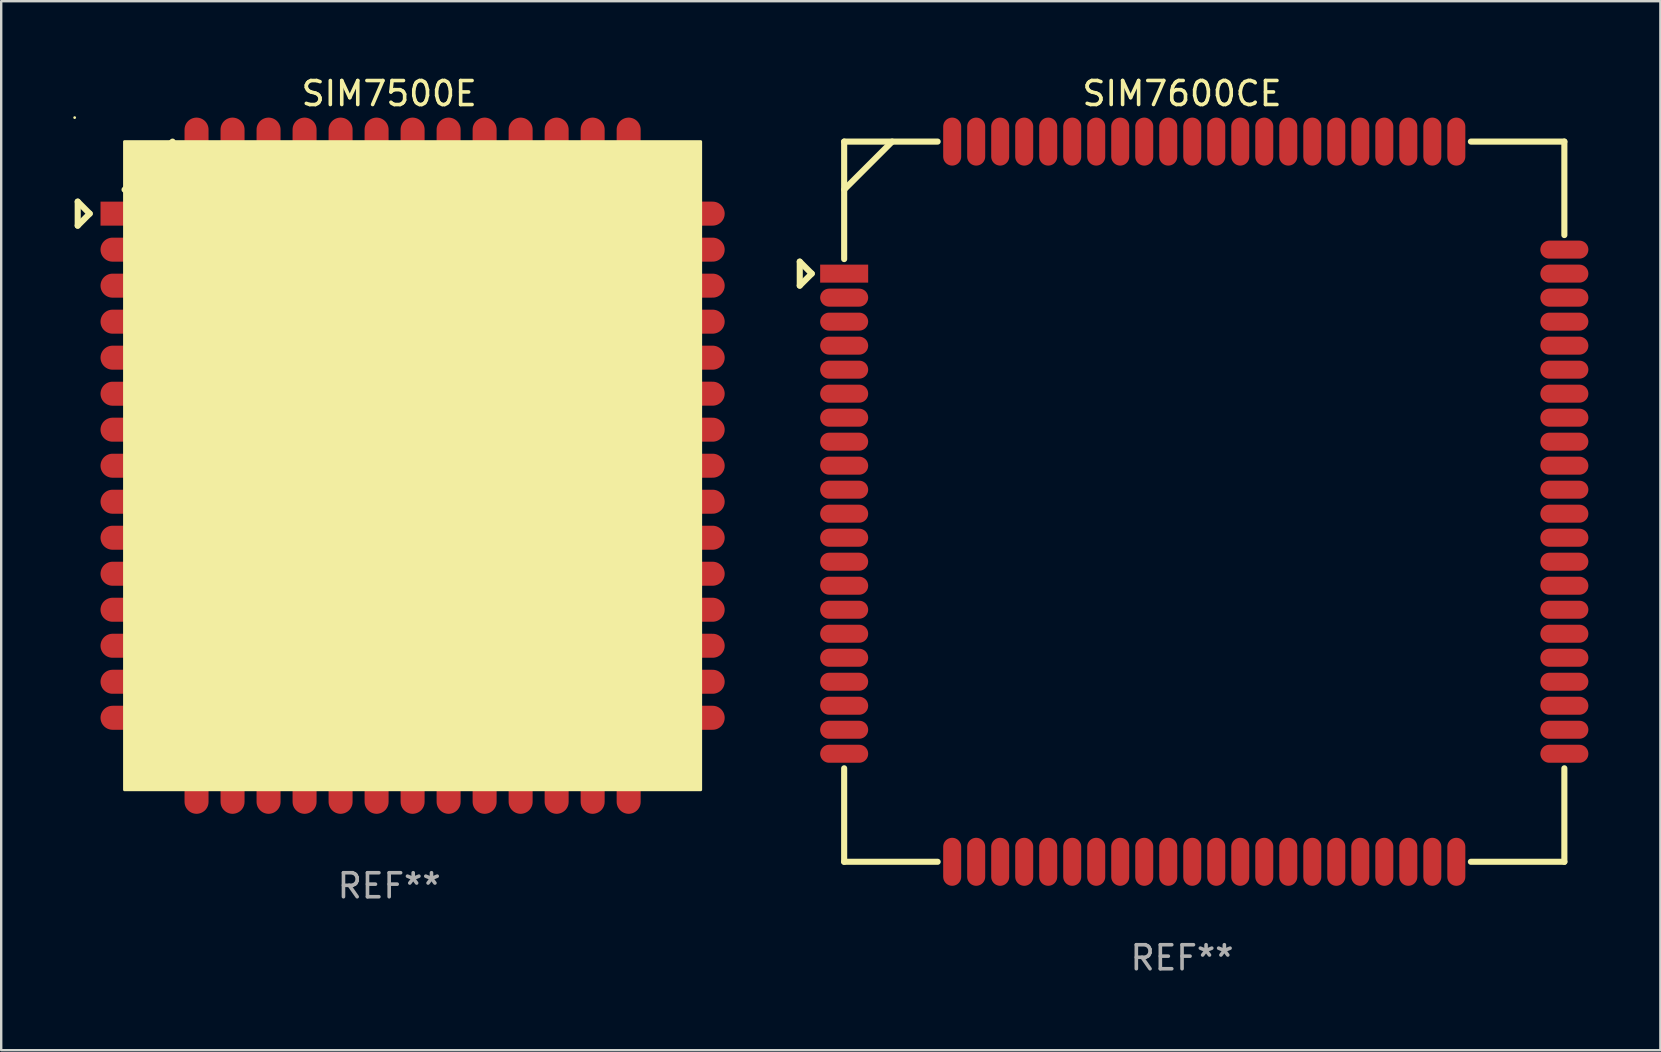
<source format=kicad_pcb>
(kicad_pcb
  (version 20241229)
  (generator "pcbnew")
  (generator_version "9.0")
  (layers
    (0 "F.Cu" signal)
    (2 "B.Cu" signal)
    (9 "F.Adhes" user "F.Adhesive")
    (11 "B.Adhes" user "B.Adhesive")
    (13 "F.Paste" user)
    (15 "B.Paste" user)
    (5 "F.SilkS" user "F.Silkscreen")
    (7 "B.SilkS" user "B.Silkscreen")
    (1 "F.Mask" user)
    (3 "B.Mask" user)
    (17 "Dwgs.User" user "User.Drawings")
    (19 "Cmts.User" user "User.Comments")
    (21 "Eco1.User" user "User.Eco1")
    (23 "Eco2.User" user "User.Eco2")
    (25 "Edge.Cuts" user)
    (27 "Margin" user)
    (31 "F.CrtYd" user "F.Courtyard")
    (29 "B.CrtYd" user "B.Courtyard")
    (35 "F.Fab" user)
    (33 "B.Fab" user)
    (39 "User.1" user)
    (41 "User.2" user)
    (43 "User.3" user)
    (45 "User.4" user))
  (footprint "SIM7600CE"
    (layer "F.Cu")
    (at 46.189 17.848)
    (property "Reference" "SIM7600CE" (at 0 -17 0) (layer "F.SilkS") (effects (font (size 1 1) (thickness 0.15))))
    (attr through_hole)
    (fp_line (start -15.925 -10) (end -15.925 -9) (stroke (width 0.254) (type solid)) (layer "F.SilkS"))
    (fp_line (start -15.925 -9) (end -15.425 -9.5) (stroke (width 0.254) (type solid)) (layer "F.SilkS"))
    (fp_line (start -15.425 -9.5) (end -15.925 -10) (stroke (width 0.254) (type solid)) (layer "F.SilkS"))
    (fp_line (start -14.075 -15) (end -10.181 -15) (stroke (width 0.254) (type solid)) (layer "F.SilkS"))
    (fp_line (start -14.075 -10.106) (end -14.075 -15) (stroke (width 0.254) (type solid)) (layer "F.SilkS"))
    (fp_line (start -14.075 15) (end -14.075 11.106) (stroke (width 0.254) (type solid)) (layer "F.SilkS"))
    (fp_line (start -12.075 -15) (end -14.075 -13) (stroke (width 0.254) (type solid)) (layer "F.SilkS"))
    (fp_line (start -10.181 15) (end -14.075 15) (stroke (width 0.254) (type solid)) (layer "F.SilkS"))
    (fp_line (start 12.031 -15) (end 15.925 -15) (stroke (width 0.254) (type solid)) (layer "F.SilkS"))
    (fp_line (start 15.925 -15) (end 15.925 -11.106) (stroke (width 0.254) (type solid)) (layer "F.SilkS"))
    (fp_line (start 15.925 11.106) (end 15.925 15) (stroke (width 0.254) (type solid)) (layer "F.SilkS"))
    (fp_line (start 15.925 15) (end 12.031 15) (stroke (width 0.254) (type solid)) (layer "F.SilkS"))
    (fp_circle (center -14.075 -15) (end -14.045 -15) (stroke (width 0.06) (type solid)) (fill no) (layer "F.SilkS"))
    (fp_text user "REF**" (at 0 19 0) (layer "F.Fab") (effects (font (size 1 1) (thickness 0.15))))
    (pad "1" smd rect (at -14.075 -9.5) (size 2 0.75) (layers "F.Cu" "F.Mask" "F.Paste"))
    (pad "2" smd oval (at -14.075 -8.5) (size 2 0.75) (layers "F.Cu" "F.Mask" "F.Paste"))
    (pad "3" smd oval (at -14.075 -7.5) (size 2 0.75) (layers "F.Cu" "F.Mask" "F.Paste"))
    (pad "4" smd oval (at -14.075 -6.5) (size 2 0.75) (layers "F.Cu" "F.Mask" "F.Paste"))
    (pad "5" smd oval (at -14.075 -5.5) (size 2 0.75) (layers "F.Cu" "F.Mask" "F.Paste"))
    (pad "6" smd oval (at -14.075 -4.5) (size 2 0.75) (layers "F.Cu" "F.Mask" "F.Paste"))
    (pad "7" smd oval (at -14.075 -3.5) (size 2 0.75) (layers "F.Cu" "F.Mask" "F.Paste"))
    (pad "8" smd oval (at -14.075 -2.5) (size 2 0.75) (layers "F.Cu" "F.Mask" "F.Paste"))
    (pad "9" smd oval (at -14.075 -1.5) (size 2 0.75) (layers "F.Cu" "F.Mask" "F.Paste"))
    (pad "10" smd oval (at -14.075 -0.5) (size 2 0.75) (layers "F.Cu" "F.Mask" "F.Paste"))
    (pad "11" smd oval (at -14.075 0.5) (size 2 0.75) (layers "F.Cu" "F.Mask" "F.Paste"))
    (pad "12" smd oval (at -14.075 1.5) (size 2 0.75) (layers "F.Cu" "F.Mask" "F.Paste"))
    (pad "13" smd oval (at -14.075 2.5) (size 2 0.75) (layers "F.Cu" "F.Mask" "F.Paste"))
    (pad "14" smd oval (at -14.075 3.5) (size 2 0.75) (layers "F.Cu" "F.Mask" "F.Paste"))
    (pad "15" smd oval (at -14.075 4.5) (size 2 0.75) (layers "F.Cu" "F.Mask" "F.Paste"))
    (pad "16" smd oval (at -14.075 5.5) (size 2 0.75) (layers "F.Cu" "F.Mask" "F.Paste"))
    (pad "17" smd oval (at -14.075 6.5) (size 2 0.75) (layers "F.Cu" "F.Mask" "F.Paste"))
    (pad "18" smd oval (at -14.075 7.5) (size 2 0.75) (layers "F.Cu" "F.Mask" "F.Paste"))
    (pad "19" smd oval (at -14.075 8.5) (size 2 0.75) (layers "F.Cu" "F.Mask" "F.Paste"))
    (pad "20" smd oval (at -14.075 9.5) (size 2 0.75) (layers "F.Cu" "F.Mask" "F.Paste"))
    (pad "21" smd oval (at -8.575 15 90) (size 2 0.75) (layers "F.Cu" "F.Mask" "F.Paste"))
    (pad "22" smd oval (at -7.575 15 90) (size 2 0.75) (layers "F.Cu" "F.Mask" "F.Paste"))
    (pad "23" smd oval (at -6.575 15 90) (size 2 0.75) (layers "F.Cu" "F.Mask" "F.Paste"))
    (pad "24" smd oval (at -5.575 15 90) (size 2 0.75) (layers "F.Cu" "F.Mask" "F.Paste"))
    (pad "25" smd oval (at -4.575 15 90) (size 2 0.75) (layers "F.Cu" "F.Mask" "F.Paste"))
    (pad "26" smd oval (at -3.575 15 90) (size 2 0.75) (layers "F.Cu" "F.Mask" "F.Paste"))
    (pad "27" smd oval (at -2.575 15 90) (size 2 0.75) (layers "F.Cu" "F.Mask" "F.Paste"))
    (pad "28" smd oval (at -1.575 15 90) (size 2 0.75) (layers "F.Cu" "F.Mask" "F.Paste"))
    (pad "29" smd oval (at -0.575 15 90) (size 2 0.75) (layers "F.Cu" "F.Mask" "F.Paste"))
    (pad "30" smd oval (at 0.425 15 90) (size 2 0.75) (layers "F.Cu" "F.Mask" "F.Paste"))
    (pad "31" smd oval (at 1.425 15 90) (size 2 0.75) (layers "F.Cu" "F.Mask" "F.Paste"))
    (pad "32" smd oval (at 2.425 15 90) (size 2 0.75) (layers "F.Cu" "F.Mask" "F.Paste"))
    (pad "33" smd oval (at 3.425 15 90) (size 2 0.75) (layers "F.Cu" "F.Mask" "F.Paste"))
    (pad "34" smd oval (at 4.425 15 90) (size 2 0.75) (layers "F.Cu" "F.Mask" "F.Paste"))
    (pad "35" smd oval (at 5.425 15 90) (size 2 0.75) (layers "F.Cu" "F.Mask" "F.Paste"))
    (pad "36" smd oval (at 6.425 15 90) (size 2 0.75) (layers "F.Cu" "F.Mask" "F.Paste"))
    (pad "37" smd oval (at 7.425 15 90) (size 2 0.75) (layers "F.Cu" "F.Mask" "F.Paste"))
    (pad "38" smd oval (at 8.425 15 90) (size 2 0.75) (layers "F.Cu" "F.Mask" "F.Paste"))
    (pad "39" smd oval (at 9.425 15 90) (size 2 0.75) (layers "F.Cu" "F.Mask" "F.Paste"))
    (pad "40" smd oval (at 10.425 15 90) (size 2 0.75) (layers "F.Cu" "F.Mask" "F.Paste"))
    (pad "41" smd oval (at 15.925 9.5 180) (size 2 0.75) (layers "F.Cu" "F.Mask" "F.Paste"))
    (pad "42" smd oval (at 15.925 8.5 180) (size 2 0.75) (layers "F.Cu" "F.Mask" "F.Paste"))
    (pad "43" smd oval (at 15.925 7.5 180) (size 2 0.75) (layers "F.Cu" "F.Mask" "F.Paste"))
    (pad "44" smd oval (at 15.925 6.5 180) (size 2 0.75) (layers "F.Cu" "F.Mask" "F.Paste"))
    (pad "45" smd oval (at 15.925 5.5 180) (size 2 0.75) (layers "F.Cu" "F.Mask" "F.Paste"))
    (pad "46" smd oval (at 15.925 4.5 180) (size 2 0.75) (layers "F.Cu" "F.Mask" "F.Paste"))
    (pad "47" smd oval (at 15.925 3.5 180) (size 2 0.75) (layers "F.Cu" "F.Mask" "F.Paste"))
    (pad "48" smd oval (at 15.925 2.5 180) (size 2 0.75) (layers "F.Cu" "F.Mask" "F.Paste"))
    (pad "49" smd oval (at 15.925 1.5 180) (size 2 0.75) (layers "F.Cu" "F.Mask" "F.Paste"))
    (pad "50" smd oval (at 15.925 0.5 180) (size 2 0.75) (layers "F.Cu" "F.Mask" "F.Paste"))
    (pad "51" smd oval (at 15.925 -0.5 180) (size 2 0.75) (layers "F.Cu" "F.Mask" "F.Paste"))
    (pad "52" smd oval (at 15.925 -1.5 180) (size 2 0.75) (layers "F.Cu" "F.Mask" "F.Paste"))
    (pad "53" smd oval (at 15.925 -2.5 180) (size 2 0.75) (layers "F.Cu" "F.Mask" "F.Paste"))
    (pad "54" smd oval (at 15.925 -3.5 180) (size 2 0.75) (layers "F.Cu" "F.Mask" "F.Paste"))
    (pad "55" smd oval (at 15.925 -4.5 180) (size 2 0.75) (layers "F.Cu" "F.Mask" "F.Paste"))
    (pad "56" smd oval (at 15.925 -5.5 180) (size 2 0.75) (layers "F.Cu" "F.Mask" "F.Paste"))
    (pad "57" smd oval (at 15.925 -6.5 180) (size 2 0.75) (layers "F.Cu" "F.Mask" "F.Paste"))
    (pad "58" smd oval (at 15.925 -7.5 180) (size 2 0.75) (layers "F.Cu" "F.Mask" "F.Paste"))
    (pad "59" smd oval (at 15.925 -8.5 180) (size 2 0.75) (layers "F.Cu" "F.Mask" "F.Paste"))
    (pad "60" smd oval (at 15.925 -9.5 180) (size 2 0.75) (layers "F.Cu" "F.Mask" "F.Paste"))
    (pad "61" smd oval (at 10.425 -15 270) (size 2 0.75) (layers "F.Cu" "F.Mask" "F.Paste"))
    (pad "62" smd oval (at 9.425 -15 270) (size 2 0.75) (layers "F.Cu" "F.Mask" "F.Paste"))
    (pad "63" smd oval (at 8.425 -15 270) (size 2 0.75) (layers "F.Cu" "F.Mask" "F.Paste"))
    (pad "64" smd oval (at 7.425 -15 270) (size 2 0.75) (layers "F.Cu" "F.Mask" "F.Paste"))
    (pad "65" smd oval (at 6.425 -15 270) (size 2 0.75) (layers "F.Cu" "F.Mask" "F.Paste"))
    (pad "66" smd oval (at 5.425 -15 270) (size 2 0.75) (layers "F.Cu" "F.Mask" "F.Paste"))
    (pad "67" smd oval (at 4.425 -15 270) (size 2 0.75) (layers "F.Cu" "F.Mask" "F.Paste"))
    (pad "68" smd oval (at 3.425 -15 270) (size 2 0.75) (layers "F.Cu" "F.Mask" "F.Paste"))
    (pad "69" smd oval (at 2.425 -15 270) (size 2 0.75) (layers "F.Cu" "F.Mask" "F.Paste"))
    (pad "70" smd oval (at 1.425 -15 270) (size 2 0.75) (layers "F.Cu" "F.Mask" "F.Paste"))
    (pad "71" smd oval (at 0.425 -15 270) (size 2 0.75) (layers "F.Cu" "F.Mask" "F.Paste"))
    (pad "72" smd oval (at -0.575 -15 270) (size 2 0.75) (layers "F.Cu" "F.Mask" "F.Paste"))
    (pad "73" smd oval (at -1.575 -15 270) (size 2 0.75) (layers "F.Cu" "F.Mask" "F.Paste"))
    (pad "74" smd oval (at -2.575 -15 270) (size 2 0.75) (layers "F.Cu" "F.Mask" "F.Paste"))
    (pad "75" smd oval (at -3.575 -15 270) (size 2 0.75) (layers "F.Cu" "F.Mask" "F.Paste"))
    (pad "76" smd oval (at -4.575 -15 270) (size 2 0.75) (layers "F.Cu" "F.Mask" "F.Paste"))
    (pad "77" smd oval (at -5.575 -15 270) (size 2 0.75) (layers "F.Cu" "F.Mask" "F.Paste"))
    (pad "78" smd oval (at -6.575 -15 270) (size 2 0.75) (layers "F.Cu" "F.Mask" "F.Paste"))
    (pad "79" smd oval (at -7.575 -15 270) (size 2 0.75) (layers "F.Cu" "F.Mask" "F.Paste"))
    (pad "80" smd oval (at -8.575 -15 270) (size 2 0.75) (layers "F.Cu" "F.Mask" "F.Paste"))
    (pad "81" smd oval (at -14.075 10.5) (size 2 0.75) (layers "F.Cu" "F.Mask" "F.Paste"))
    (pad "82" smd oval (at 15.925 10.5) (size 2 0.75) (layers "F.Cu" "F.Mask" "F.Paste"))
    (pad "83" smd oval (at 11.425 15 90) (size 2 0.75) (layers "F.Cu" "F.Mask" "F.Paste"))
    (pad "84" smd oval (at -9.575 15 90) (size 2 0.75) (layers "F.Cu" "F.Mask" "F.Paste"))
    (pad "85" smd oval (at 15.925 -10.5 180) (size 2 0.75) (layers "F.Cu" "F.Mask" "F.Paste"))
    (pad "86" smd oval (at -9.575 -15 270) (size 2 0.75) (layers "F.Cu" "F.Mask" "F.Paste"))
    (pad "87" smd oval (at 11.425 -15 270) (size 2 0.75) (layers "F.Cu" "F.Mask" "F.Paste")))
  (footprint "SIM7500E"
    (layer "F.Cu")
    (at 13.162 16.349)
    (property "Reference" "SIM7500E" (at 0 -15.5 0) (layer "F.SilkS") (effects (font (size 1 1) (thickness 0.15))))
    (attr through_hole)
    (fp_line (start -12.975 -11) (end -12.975 -9.999) (stroke (width 0.254) (type solid)) (layer "F.SilkS"))
    (fp_line (start -12.975 -9.999) (end -12.475 -10.5) (stroke (width 0.254) (type solid)) (layer "F.SilkS"))
    (fp_line (start -12.475 -10.5) (end -12.975 -11) (stroke (width 0.254) (type solid)) (layer "F.SilkS"))
    (fp_line (start -9.025 -13.5) (end -11.024 -11.499) (stroke (width 0.254) (type solid)) (layer "F.SilkS"))
    (fp_circle (center -13.102 -14.5) (end -13.072 -14.5) (stroke (width 0.06) (type solid)) (fill no) (layer "F.SilkS"))
    (fp_poly (pts (xy -11.025 -13.5) (xy 12.975 -13.5) (xy 12.975 13.5) (xy -11.025 13.5)) (stroke (width 0.12) (type solid)) (fill yes) (layer "F.SilkS"))
    (fp_text user "REF**" (at 0 17.5 0) (layer "F.Fab") (effects (font (size 1 1) (thickness 0.15))))
    (pad "1" smd rect (at -11.025 -10.5) (size 2 1) (layers "F.Cu" "F.Mask" "F.Paste"))
    (pad "2" smd oval (at -11.025 -9) (size 2 1) (layers "F.Cu" "F.Mask" "F.Paste"))
    (pad "3" smd oval (at -11.025 -7.5) (size 2 1) (layers "F.Cu" "F.Mask" "F.Paste"))
    (pad "4" smd oval (at -11.025 -6) (size 2 1) (layers "F.Cu" "F.Mask" "F.Paste"))
    (pad "5" smd oval (at -11.025 -4.5) (size 2 1) (layers "F.Cu" "F.Mask" "F.Paste"))
    (pad "6" smd oval (at -11.025 -2.999) (size 2 1) (layers "F.Cu" "F.Mask" "F.Paste"))
    (pad "7" smd oval (at -11.025 -1.5) (size 2 1) (layers "F.Cu" "F.Mask" "F.Paste"))
    (pad "8" smd oval (at -11.025 0.000279) (size 2 1) (layers "F.Cu" "F.Mask" "F.Paste"))
    (pad "9" smd oval (at -11.025 1.5) (size 2 1) (layers "F.Cu" "F.Mask" "F.Paste"))
    (pad "10" smd oval (at -11.025 3) (size 2 1) (layers "F.Cu" "F.Mask" "F.Paste"))
    (pad "11" smd oval (at -11.025 4.5) (size 2 1) (layers "F.Cu" "F.Mask" "F.Paste"))
    (pad "12" smd oval (at -11.025 6) (size 2 1) (layers "F.Cu" "F.Mask" "F.Paste"))
    (pad "13" smd oval (at -11.025 7.5) (size 2 1) (layers "F.Cu" "F.Mask" "F.Paste"))
    (pad "14" smd oval (at -11.025 9) (size 2 1) (layers "F.Cu" "F.Mask" "F.Paste"))
    (pad "15" smd oval (at -11.025 10.5) (size 2 1) (layers "F.Cu" "F.Mask" "F.Paste"))
    (pad "16" smd oval (at -8.025 13.5 90) (size 2 1) (layers "F.Cu" "F.Mask" "F.Paste"))
    (pad "17" smd oval (at -6.525 13.5 90) (size 2 1) (layers "F.Cu" "F.Mask" "F.Paste"))
    (pad "18" smd oval (at -5.025 13.5 90) (size 2 1) (layers "F.Cu" "F.Mask" "F.Paste"))
    (pad "19" smd oval (at -3.525 13.5 90) (size 2 1) (layers "F.Cu" "F.Mask" "F.Paste"))
    (pad "20" smd oval (at -2.025 13.5 90) (size 2 1) (layers "F.Cu" "F.Mask" "F.Paste"))
    (pad "21" smd oval (at -0.525 13.5 90) (size 2 1) (layers "F.Cu" "F.Mask" "F.Paste"))
    (pad "22" smd oval (at 0.975 13.5 90) (size 2 1) (layers "F.Cu" "F.Mask" "F.Paste"))
    (pad "23" smd oval (at 2.475 13.5 90) (size 2 1) (layers "F.Cu" "F.Mask" "F.Paste"))
    (pad "24" smd oval (at 3.975 13.5 90) (size 2 1) (layers "F.Cu" "F.Mask" "F.Paste"))
    (pad "25" smd oval (at 5.475 13.5 90) (size 2 1) (layers "F.Cu" "F.Mask" "F.Paste"))
    (pad "26" smd oval (at 6.975 13.5 90) (size 2 1) (layers "F.Cu" "F.Mask" "F.Paste"))
    (pad "27" smd oval (at 8.475 13.5 90) (size 2 1) (layers "F.Cu" "F.Mask" "F.Paste"))
    (pad "28" smd oval (at 9.975 13.5 90) (size 2 1) (layers "F.Cu" "F.Mask" "F.Paste"))
    (pad "29" smd oval (at 12.975 10.5 180) (size 2 1) (layers "F.Cu" "F.Mask" "F.Paste"))
    (pad "30" smd oval (at 12.975 9 180) (size 2 1) (layers "F.Cu" "F.Mask" "F.Paste"))
    (pad "31" smd oval (at 12.975 7.5 180) (size 2 1) (layers "F.Cu" "F.Mask" "F.Paste"))
    (pad "32" smd oval (at 12.975 6 180) (size 2 1) (layers "F.Cu" "F.Mask" "F.Paste"))
    (pad "33" smd oval (at 12.975 4.5 180) (size 2 1) (layers "F.Cu" "F.Mask" "F.Paste"))
    (pad "34" smd oval (at 12.975 3 180) (size 2 1) (layers "F.Cu" "F.Mask" "F.Paste"))
    (pad "35" smd oval (at 12.975 1.5 180) (size 2 1) (layers "F.Cu" "F.Mask" "F.Paste"))
    (pad "36" smd oval (at 12.975 0.000279 180) (size 2 1) (layers "F.Cu" "F.Mask" "F.Paste"))
    (pad "37" smd oval (at 12.975 -1.5 180) (size 2 1) (layers "F.Cu" "F.Mask" "F.Paste"))
    (pad "38" smd oval (at 12.975 -3 180) (size 2 1) (layers "F.Cu" "F.Mask" "F.Paste"))
    (pad "39" smd oval (at 12.975 -4.5 180) (size 2 1) (layers "F.Cu" "F.Mask" "F.Paste"))
    (pad "40" smd oval (at 12.975 -6 180) (size 2 1) (layers "F.Cu" "F.Mask" "F.Paste"))
    (pad "41" smd oval (at 12.975 -7.5 180) (size 2 1) (layers "F.Cu" "F.Mask" "F.Paste"))
    (pad "42" smd oval (at 12.975 -9 180) (size 2 1) (layers "F.Cu" "F.Mask" "F.Paste"))
    (pad "43" smd oval (at 12.975 -10.5 180) (size 2 1) (layers "F.Cu" "F.Mask" "F.Paste"))
    (pad "44" smd oval (at 9.975 -13.5 270) (size 2 1) (layers "F.Cu" "F.Mask" "F.Paste"))
    (pad "45" smd oval (at 8.475 -13.5 270) (size 2 1) (layers "F.Cu" "F.Mask" "F.Paste"))
    (pad "46" smd oval (at 6.975 -13.5 270) (size 2 1) (layers "F.Cu" "F.Mask" "F.Paste"))
    (pad "47" smd oval (at 5.475 -13.5 270) (size 2 1) (layers "F.Cu" "F.Mask" "F.Paste"))
    (pad "48" smd oval (at 3.975 -13.5 270) (size 2 1) (layers "F.Cu" "F.Mask" "F.Paste"))
    (pad "49" smd oval (at 2.475 -13.5 270) (size 2 1) (layers "F.Cu" "F.Mask" "F.Paste"))
    (pad "50" smd oval (at 0.975 -13.5 270) (size 2 1) (layers "F.Cu" "F.Mask" "F.Paste"))
    (pad "51" smd oval (at -0.525 -13.5 270) (size 2 1) (layers "F.Cu" "F.Mask" "F.Paste"))
    (pad "52" smd oval (at -2.025 -13.5 270) (size 2 1) (layers "F.Cu" "F.Mask" "F.Paste"))
    (pad "53" smd oval (at -3.525 -13.5 270) (size 2 1) (layers "F.Cu" "F.Mask" "F.Paste"))
    (pad "54" smd oval (at -5.025 -13.5 270) (size 2 1) (layers "F.Cu" "F.Mask" "F.Paste"))
    (pad "55" smd oval (at -6.525 -13.5 270) (size 2 1) (layers "F.Cu" "F.Mask" "F.Paste"))
    (pad "56" smd oval (at -8.025 -13.5 270) (size 2 1) (layers "F.Cu" "F.Mask" "F.Paste")))
  (gr_rect
    (start -3 -3)
    (end 66.114 40.697)
    (stroke (width 0.1) (type default))
    (fill no)
    (layer "Edge.Cuts")))
</source>
